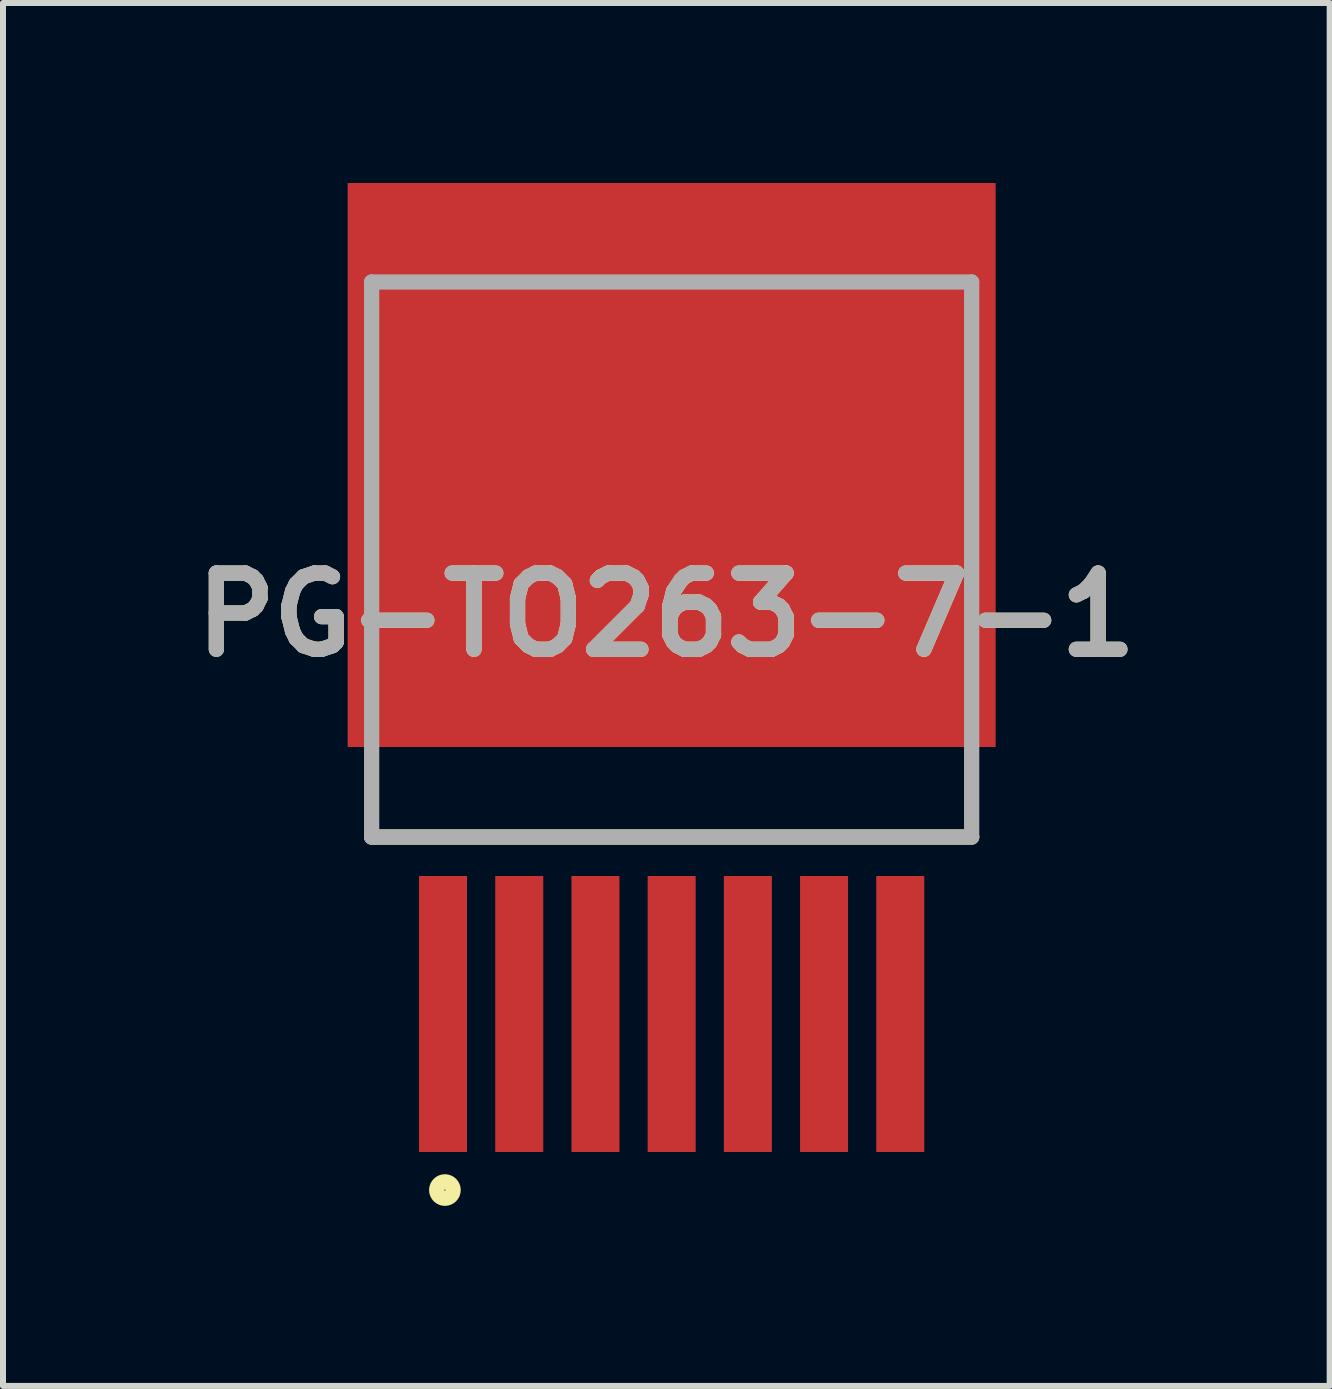
<source format=kicad_pcb>
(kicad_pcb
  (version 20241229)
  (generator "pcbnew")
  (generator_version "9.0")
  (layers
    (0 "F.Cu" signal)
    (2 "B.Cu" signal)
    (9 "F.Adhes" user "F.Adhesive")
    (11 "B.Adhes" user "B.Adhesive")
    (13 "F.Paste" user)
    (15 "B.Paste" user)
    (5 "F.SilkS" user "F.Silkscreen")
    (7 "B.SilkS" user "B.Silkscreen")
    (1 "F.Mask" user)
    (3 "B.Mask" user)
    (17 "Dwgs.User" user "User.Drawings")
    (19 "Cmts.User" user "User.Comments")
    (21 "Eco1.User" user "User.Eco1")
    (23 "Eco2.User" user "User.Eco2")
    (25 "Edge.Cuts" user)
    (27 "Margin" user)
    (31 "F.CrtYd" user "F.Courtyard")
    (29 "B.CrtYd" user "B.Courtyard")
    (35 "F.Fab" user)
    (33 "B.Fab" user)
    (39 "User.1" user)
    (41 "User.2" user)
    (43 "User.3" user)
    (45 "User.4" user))
  (footprint "PG-TO263-7-1"
    (layer "F.Cu")
    (at 8.144 1.65)
    (property "Reference" "PG-TO263-7-1" (at -0.089 5.547 0) (layer "F.SilkS") (effects (font (size 1.27 1.27) (thickness 0.254))))
    (attr smd)
    (fp_line (start -5 9.25) (end 5 9.25) (stroke (width 0.254) (type solid)) (layer "F.SilkS"))
    (fp_circle (center -3.779 15.134) (end -3.779 15.271) (stroke (width 0.254) (type solid)) (fill no) (layer "F.SilkS"))
    (fp_line (start -5 0) (end 5 0) (stroke (width 0.254) (type solid)) (layer "F.Fab"))
    (fp_line (start -5 9.25) (end -5 0) (stroke (width 0.254) (type solid)) (layer "F.Fab"))
    (fp_line (start 5 0) (end 5 9.25) (stroke (width 0.254) (type solid)) (layer "F.Fab"))
    (fp_line (start 5 9.25) (end -5 9.25) (stroke (width 0.254) (type solid)) (layer "F.Fab"))
    (fp_text user "${REFERENCE}" (at -0.089 5.547 0) (layer "F.Fab") (effects (font (size 1.27 1.27) (thickness 0.254))))
    (pad "1" smd rect (at -3.81 12.2) (size 0.8 4.6) (layers "F.Cu" "F.Mask" "F.Paste"))
    (pad "2" smd rect (at -2.54 12.2) (size 0.8 4.6) (layers "F.Cu" "F.Mask" "F.Paste"))
    (pad "3" smd rect (at -1.27 12.2) (size 0.8 4.6) (layers "F.Cu" "F.Mask" "F.Paste"))
    (pad "4" smd rect (at 0 12.2) (size 0.8 4.6) (layers "F.Cu" "F.Mask" "F.Paste"))
    (pad "5" smd rect (at 1.27 12.2) (size 0.8 4.6) (layers "F.Cu" "F.Mask" "F.Paste"))
    (pad "6" smd rect (at 2.54 12.2) (size 0.8 4.6) (layers "F.Cu" "F.Mask" "F.Paste"))
    (pad "7" smd rect (at 3.81 12.2) (size 0.8 4.6) (layers "F.Cu" "F.Mask" "F.Paste"))
    (pad "8" smd rect (at 0 3.05 90) (size 9.4 10.8) (layers "F.Cu" "F.Mask" "F.Paste")))
  (gr_rect
    (start -3 -3)
    (end 19.111 20.048)
    (stroke (width 0.1) (type default))
    (fill no)
    (layer "Edge.Cuts")))
</source>
